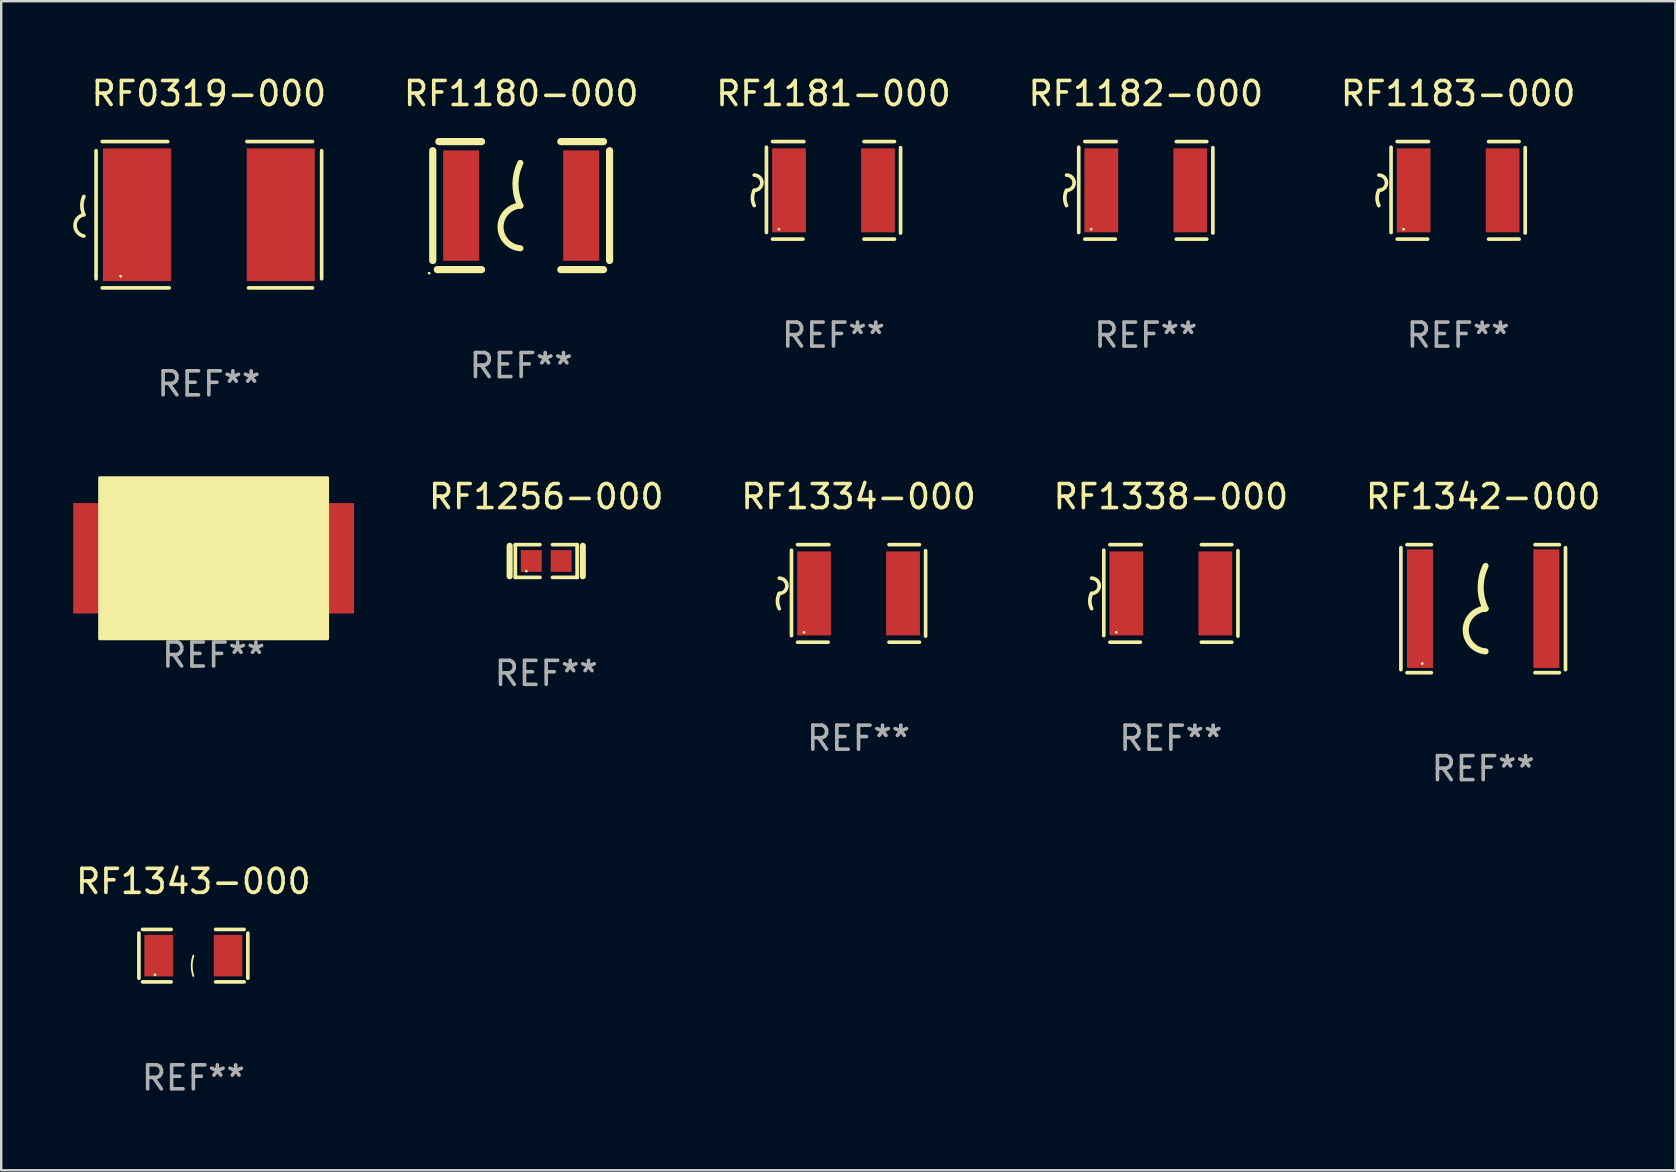
<source format=kicad_pcb>
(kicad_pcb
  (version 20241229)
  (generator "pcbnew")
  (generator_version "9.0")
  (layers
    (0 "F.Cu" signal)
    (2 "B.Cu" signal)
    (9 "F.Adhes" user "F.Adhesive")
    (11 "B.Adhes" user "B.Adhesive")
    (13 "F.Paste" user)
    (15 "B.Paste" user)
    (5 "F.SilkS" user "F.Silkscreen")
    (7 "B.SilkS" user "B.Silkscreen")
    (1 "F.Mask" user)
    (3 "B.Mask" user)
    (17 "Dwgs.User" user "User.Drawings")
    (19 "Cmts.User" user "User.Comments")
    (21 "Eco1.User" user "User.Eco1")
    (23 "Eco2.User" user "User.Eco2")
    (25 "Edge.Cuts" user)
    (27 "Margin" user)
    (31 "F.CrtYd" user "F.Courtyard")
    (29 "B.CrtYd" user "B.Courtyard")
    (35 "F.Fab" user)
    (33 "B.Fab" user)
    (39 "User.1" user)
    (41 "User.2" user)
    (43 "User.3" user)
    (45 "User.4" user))
  (footprint "RF1342-000"
    (layer "F.Cu")
    (at 58.742 22.308)
    (property "Reference" "RF1342-000" (at 0 -4.667 0) (layer "F.SilkS") (effects (font (size 1 1) (thickness 0.15))))
    (attr through_hole)
    (fp_line (start -3.429 2.54) (end -3.429 -2.54) (stroke (width 0.152) (type solid)) (layer "F.SilkS"))
    (fp_line (start -3.175 2.667) (end -2.159 2.667) (stroke (width 0.152) (type solid)) (layer "F.SilkS"))
    (fp_line (start -2.159 -2.667) (end -3.175 -2.667) (stroke (width 0.152) (type solid)) (layer "F.SilkS"))
    (fp_line (start 2.159 2.667) (end 3.175 2.667) (stroke (width 0.152) (type solid)) (layer "F.SilkS"))
    (fp_line (start 3.175 -2.667) (end 2.159 -2.667) (stroke (width 0.152) (type solid)) (layer "F.SilkS"))
    (fp_line (start 3.429 -2.54) (end 3.429 2.54) (stroke (width 0.152) (type solid)) (layer "F.SilkS"))
    (fp_arc (start 0.09873 -0.000001) (mid -0.104416 -0.889002) (end 0.09873 -1.778004) (stroke (width 0.254001) (type solid)) (layer "F.SilkS"))
    (fp_arc (start 0.09873 1.778004) (mid -0.727058 0.889002) (end 0.098731 0) (stroke (width 0.254001) (type solid)) (layer "F.SilkS"))
    (fp_circle (center -2.54 2.288) (end -2.51 2.288) (stroke (width 0.06) (type solid)) (fill no) (layer "F.SilkS"))
    (fp_text user "REF**" (at 0 6.667 0) (layer "F.Fab") (effects (font (size 1 1) (thickness 0.15))))
    (pad "1" smd rect (at -2.632 0) (size 1.084 4.941) (layers "F.Cu" "F.Mask" "F.Paste"))
    (pad "2" smd rect (at 2.632 0) (size 1.084 4.941) (layers "F.Cu" "F.Mask" "F.Paste")))
  (footprint "RF1181-000"
    (layer "F.Cu")
    (at 31.675 4.88)
    (property "Reference" "RF1181-000" (at 0 -4.032 0) (layer "F.SilkS") (effects (font (size 1 1) (thickness 0.15))))
    (attr through_hole)
    (fp_line (start -2.794 -1.798) (end -2.794 1.758) (stroke (width 0.152) (type solid)) (layer "F.SilkS"))
    (fp_line (start -2.54 -2.032) (end -1.235 -2.032) (stroke (width 0.152) (type solid)) (layer "F.SilkS"))
    (fp_line (start -1.27 2.032) (end -2.54 2.032) (stroke (width 0.152) (type solid)) (layer "F.SilkS"))
    (fp_line (start 1.27 2.032) (end 2.54 2.032) (stroke (width 0.152) (type solid)) (layer "F.SilkS"))
    (fp_line (start 2.54 -2.032) (end 1.27 -2.032) (stroke (width 0.152) (type solid)) (layer "F.SilkS"))
    (fp_line (start 2.794 -1.778) (end 2.794 1.778) (stroke (width 0.152) (type solid)) (layer "F.SilkS"))
    (fp_arc (start -3.302007 -0.635002) (mid -2.984506 -0.317501) (end -3.302007 0) (stroke (width 0.151994) (type solid)) (layer "F.SilkS"))
    (fp_arc (start -3.302007 0.635002) (mid -3.376959 0.317501) (end -3.302007 0) (stroke (width 0.151994) (type solid)) (layer "F.SilkS"))
    (fp_circle (center -2.275 1.62) (end -2.245 1.62) (stroke (width 0.06) (type solid)) (fill no) (layer "F.SilkS"))
    (fp_text user "REF**" (at 0 6.032 0) (layer "F.Fab") (effects (font (size 1 1) (thickness 0.15))))
    (pad "1" smd rect (at -1.853 0) (size 1.407 3.499) (layers "F.Cu" "F.Mask" "F.Paste"))
    (pad "2" smd rect (at 1.853 0) (size 1.407 3.499) (layers "F.Cu" "F.Mask" "F.Paste")))
  (footprint "RF1183-000"
    (layer "F.Cu")
    (at 57.698 4.88)
    (property "Reference" "RF1183-000" (at 0 -4.032 0) (layer "F.SilkS") (effects (font (size 1 1) (thickness 0.15))))
    (attr through_hole)
    (fp_line (start -2.794 -1.798) (end -2.794 1.758) (stroke (width 0.152) (type solid)) (layer "F.SilkS"))
    (fp_line (start -2.54 -2.032) (end -1.235 -2.032) (stroke (width 0.152) (type solid)) (layer "F.SilkS"))
    (fp_line (start -1.27 2.032) (end -2.54 2.032) (stroke (width 0.152) (type solid)) (layer "F.SilkS"))
    (fp_line (start 1.27 2.032) (end 2.54 2.032) (stroke (width 0.152) (type solid)) (layer "F.SilkS"))
    (fp_line (start 2.54 -2.032) (end 1.27 -2.032) (stroke (width 0.152) (type solid)) (layer "F.SilkS"))
    (fp_line (start 2.794 -1.778) (end 2.794 1.778) (stroke (width 0.152) (type solid)) (layer "F.SilkS"))
    (fp_arc (start -3.302007 -0.635002) (mid -2.984506 -0.317501) (end -3.302007 0) (stroke (width 0.151994) (type solid)) (layer "F.SilkS"))
    (fp_arc (start -3.302007 0.635002) (mid -3.376959 0.317501) (end -3.302007 0) (stroke (width 0.151994) (type solid)) (layer "F.SilkS"))
    (fp_circle (center -2.275 1.62) (end -2.245 1.62) (stroke (width 0.06) (type solid)) (fill no) (layer "F.SilkS"))
    (fp_text user "REF**" (at 0 6.032 0) (layer "F.Fab") (effects (font (size 1 1) (thickness 0.15))))
    (pad "1" smd rect (at -1.853 0) (size 1.407 3.499) (layers "F.Cu" "F.Mask" "F.Paste"))
    (pad "2" smd rect (at 1.853 0) (size 1.407 3.499) (layers "F.Cu" "F.Mask" "F.Paste")))
  (footprint "RF0319-000"
    (layer "F.Cu")
    (at 5.651 5.896)
    (property "Reference" "RF0319-000" (at 0 -5.048 0) (layer "F.SilkS") (effects (font (size 1 1) (thickness 0.15))))
    (attr through_hole)
    (fp_line (start -4.699 -2.667) (end -4.699 2.667) (stroke (width 0.152) (type solid)) (layer "F.SilkS"))
    (fp_line (start -4.445 -3.048) (end -1.712 -3.048) (stroke (width 0.152) (type solid)) (layer "F.SilkS"))
    (fp_line (start -1.651 3.048) (end -4.445 3.048) (stroke (width 0.152) (type solid)) (layer "F.SilkS"))
    (fp_line (start 1.651 3.048) (end 4.318 3.048) (stroke (width 0.152) (type solid)) (layer "F.SilkS"))
    (fp_line (start 4.318 -3.048) (end 1.585 -3.048) (stroke (width 0.152) (type solid)) (layer "F.SilkS"))
    (fp_line (start 4.699 -2.667) (end 4.699 2.667) (stroke (width 0.152) (type solid)) (layer "F.SilkS"))
    (fp_arc (start -5.20701 0) (mid -5.288646 -0.381001) (end -5.20701 -0.762002) (stroke (width 0.151994) (type solid)) (layer "F.SilkS"))
    (fp_arc (start -5.20701 0.889002) (mid -5.574698 0.444501) (end -5.20701 0) (stroke (width 0.151994) (type solid)) (layer "F.SilkS"))
    (fp_circle (center -3.677 2.56) (end -3.647 2.56) (stroke (width 0.06) (type solid)) (fill no) (layer "F.SilkS"))
    (fp_text user "REF**" (at 0 7.048 0) (layer "F.Fab") (effects (font (size 1 1) (thickness 0.15))))
    (pad "1" smd rect (at -2.995 0) (size 2.835 5.53) (layers "F.Cu" "F.Mask" "F.Paste"))
    (pad "2" smd rect (at 2.995 0) (size 2.835 5.53) (layers "F.Cu" "F.Mask" "F.Paste")))
  (footprint "RF1182-000"
    (layer "F.Cu")
    (at 44.686 4.88)
    (property "Reference" "RF1182-000" (at 0 -4.032 0) (layer "F.SilkS") (effects (font (size 1 1) (thickness 0.15))))
    (attr through_hole)
    (fp_line (start -2.794 -1.798) (end -2.794 1.758) (stroke (width 0.152) (type solid)) (layer "F.SilkS"))
    (fp_line (start -2.54 -2.032) (end -1.235 -2.032) (stroke (width 0.152) (type solid)) (layer "F.SilkS"))
    (fp_line (start -1.27 2.032) (end -2.54 2.032) (stroke (width 0.152) (type solid)) (layer "F.SilkS"))
    (fp_line (start 1.27 2.032) (end 2.54 2.032) (stroke (width 0.152) (type solid)) (layer "F.SilkS"))
    (fp_line (start 2.54 -2.032) (end 1.27 -2.032) (stroke (width 0.152) (type solid)) (layer "F.SilkS"))
    (fp_line (start 2.794 -1.778) (end 2.794 1.778) (stroke (width 0.152) (type solid)) (layer "F.SilkS"))
    (fp_arc (start -3.302007 -0.635002) (mid -2.984506 -0.317501) (end -3.302007 0) (stroke (width 0.151994) (type solid)) (layer "F.SilkS"))
    (fp_arc (start -3.302007 0.635002) (mid -3.376959 0.317501) (end -3.302007 0) (stroke (width 0.151994) (type solid)) (layer "F.SilkS"))
    (fp_circle (center -2.275 1.62) (end -2.245 1.62) (stroke (width 0.06) (type solid)) (fill no) (layer "F.SilkS"))
    (fp_text user "REF**" (at 0 6.032 0) (layer "F.Fab") (effects (font (size 1 1) (thickness 0.15))))
    (pad "1" smd rect (at -1.853 0) (size 1.407 3.499) (layers "F.Cu" "F.Mask" "F.Paste"))
    (pad "2" smd rect (at 1.853 0) (size 1.407 3.499) (layers "F.Cu" "F.Mask" "F.Paste")))
  (footprint "RF1343-000"
    (layer "F.Cu")
    (at 5.006 36.764)
    (property "Reference" "RF1343-000" (at 0 -3.093 0) (layer "F.SilkS") (effects (font (size 1 1) (thickness 0.15))))
    (attr through_hole)
    (fp_line (start -2.269 -0.94) (end -2.269 0.94) (stroke (width 0.152) (type solid)) (layer "F.SilkS"))
    (fp_line (start -2.116 1.093) (end -0.926 1.093) (stroke (width 0.152) (type solid)) (layer "F.SilkS"))
    (fp_line (start -0.926 -1.093) (end -2.116 -1.093) (stroke (width 0.152) (type solid)) (layer "F.SilkS"))
    (fp_line (start 0.926 -1.093) (end 2.116 -1.093) (stroke (width 0.152) (type solid)) (layer "F.SilkS"))
    (fp_line (start 2.116 1.093) (end 0.926 1.093) (stroke (width 0.152) (type solid)) (layer "F.SilkS"))
    (fp_line (start 2.269 -0.94) (end 2.269 0.94) (stroke (width 0.152) (type solid)) (layer "F.SilkS"))
    (fp_arc (start 0 0.844951) (mid -0.068559 0.422475) (end 0 0) (stroke (width 0.0762) (type solid)) (layer "F.SilkS"))
    (fp_circle (center -1.6 0.8) (end -1.57 0.8) (stroke (width 0.06) (type solid)) (fill no) (layer "F.SilkS"))
    (fp_text user "REF**" (at 0 5.093 0) (layer "F.Fab") (effects (font (size 1 1) (thickness 0.15))))
    (pad "1" smd rect (at -1.445 0) (size 1.19 1.728) (layers "F.Cu" "F.Mask" "F.Paste"))
    (pad "2" smd rect (at 1.445 0) (size 1.19 1.728) (layers "F.Cu" "F.Mask" "F.Paste")))
  (footprint "RF1256-000"
    (layer "F.Cu")
    (at 19.706 20.323)
    (property "Reference" "RF1256-000" (at 0 -2.682 0) (layer "F.SilkS") (effects (font (size 1 1) (thickness 0.15))))
    (attr through_hole)
    (fp_line (start -1.524 -0.635) (end -1.524 0.635) (stroke (width 0.254) (type solid)) (layer "F.SilkS"))
    (fp_line (start -1.287 -0.682) (end -0.261 -0.682) (stroke (width 0.152) (type solid)) (layer "F.SilkS"))
    (fp_line (start -1.287 0.682) (end -1.287 -0.682) (stroke (width 0.152) (type solid)) (layer "F.SilkS"))
    (fp_line (start -0.261 0.682) (end -1.287 0.682) (stroke (width 0.152) (type solid)) (layer "F.SilkS"))
    (fp_line (start 0.261 0.682) (end 1.287 0.682) (stroke (width 0.152) (type solid)) (layer "F.SilkS"))
    (fp_line (start 1.287 -0.682) (end 0.261 -0.682) (stroke (width 0.152) (type solid)) (layer "F.SilkS"))
    (fp_line (start 1.287 0.682) (end 1.287 -0.682) (stroke (width 0.152) (type solid)) (layer "F.SilkS"))
    (fp_line (start 1.524 -0.635) (end 1.524 0.635) (stroke (width 0.254) (type solid)) (layer "F.SilkS"))
    (fp_circle (center -0.83 0.42) (end -0.8 0.42) (stroke (width 0.06) (type solid)) (fill no) (layer "F.SilkS"))
    (fp_text user "REF**" (at 0 4.682 0) (layer "F.Fab") (effects (font (size 1 1) (thickness 0.15))))
    (pad "1" smd rect (at -0.622 0) (size 0.873 0.907) (layers "F.Cu" "F.Mask" "F.Paste"))
    (pad "2" smd rect (at 0.622 0) (size 0.873 0.907) (layers "F.Cu" "F.Mask" "F.Paste")))
  (footprint "RF1338-000"
    (layer "F.Cu")
    (at 45.73 21.673)
    (property "Reference" "RF1338-000" (at 0 -4.032 0) (layer "F.SilkS") (effects (font (size 1 1) (thickness 0.15))))
    (attr through_hole)
    (fp_line (start -2.794 -1.798) (end -2.794 1.758) (stroke (width 0.152) (type solid)) (layer "F.SilkS"))
    (fp_line (start -2.54 -2.032) (end -1.235 -2.032) (stroke (width 0.152) (type solid)) (layer "F.SilkS"))
    (fp_line (start -1.27 2.032) (end -2.54 2.032) (stroke (width 0.152) (type solid)) (layer "F.SilkS"))
    (fp_line (start 1.27 2.032) (end 2.54 2.032) (stroke (width 0.152) (type solid)) (layer "F.SilkS"))
    (fp_line (start 2.54 -2.032) (end 1.27 -2.032) (stroke (width 0.152) (type solid)) (layer "F.SilkS"))
    (fp_line (start 2.794 -1.778) (end 2.794 1.778) (stroke (width 0.152) (type solid)) (layer "F.SilkS"))
    (fp_arc (start -3.302007 -0.635002) (mid -2.984506 -0.317501) (end -3.302007 0) (stroke (width 0.151994) (type solid)) (layer "F.SilkS"))
    (fp_arc (start -3.302007 0.635002) (mid -3.376959 0.317501) (end -3.302007 0) (stroke (width 0.151994) (type solid)) (layer "F.SilkS"))
    (fp_circle (center -2.275 1.62) (end -2.245 1.62) (stroke (width 0.06) (type solid)) (fill no) (layer "F.SilkS"))
    (fp_text user "REF**" (at 0 6.032 0) (layer "F.Fab") (effects (font (size 1 1) (thickness 0.15))))
    (pad "1" smd rect (at -1.853 0) (size 1.407 3.499) (layers "F.Cu" "F.Mask" "F.Paste"))
    (pad "2" smd rect (at 1.853 0) (size 1.407 3.499) (layers "F.Cu" "F.Mask" "F.Paste")))
  (footprint "RF1334-000"
    (layer "F.Cu")
    (at 32.718 21.673)
    (property "Reference" "RF1334-000" (at 0 -4.032 0) (layer "F.SilkS") (effects (font (size 1 1) (thickness 0.15))))
    (attr through_hole)
    (fp_line (start -2.794 -1.798) (end -2.794 1.758) (stroke (width 0.152) (type solid)) (layer "F.SilkS"))
    (fp_line (start -2.54 -2.032) (end -1.235 -2.032) (stroke (width 0.152) (type solid)) (layer "F.SilkS"))
    (fp_line (start -1.27 2.032) (end -2.54 2.032) (stroke (width 0.152) (type solid)) (layer "F.SilkS"))
    (fp_line (start 1.27 2.032) (end 2.54 2.032) (stroke (width 0.152) (type solid)) (layer "F.SilkS"))
    (fp_line (start 2.54 -2.032) (end 1.27 -2.032) (stroke (width 0.152) (type solid)) (layer "F.SilkS"))
    (fp_line (start 2.794 -1.778) (end 2.794 1.778) (stroke (width 0.152) (type solid)) (layer "F.SilkS"))
    (fp_arc (start -3.302007 -0.635002) (mid -2.984506 -0.317501) (end -3.302007 0) (stroke (width 0.151994) (type solid)) (layer "F.SilkS"))
    (fp_arc (start -3.302007 0.635002) (mid -3.376959 0.317501) (end -3.302007 0) (stroke (width 0.151994) (type solid)) (layer "F.SilkS"))
    (fp_circle (center -2.275 1.62) (end -2.245 1.62) (stroke (width 0.06) (type solid)) (fill no) (layer "F.SilkS"))
    (fp_text user "REF**" (at 0 6.032 0) (layer "F.Fab") (effects (font (size 1 1) (thickness 0.15))))
    (pad "1" smd rect (at -1.853 0) (size 1.407 3.499) (layers "F.Cu" "F.Mask" "F.Paste"))
    (pad "2" smd rect (at 1.853 0) (size 1.407 3.499) (layers "F.Cu" "F.Mask" "F.Paste")))
  (footprint "RF1180-000"
    (layer "F.Cu")
    (at 18.663 5.515)
    (property "Reference" "RF1180-000" (at 0 -4.667 0) (layer "F.SilkS") (effects (font (size 1 1) (thickness 0.15))))
    (attr through_hole)
    (fp_line (start -3.683 -2.286) (end -3.683 2.286) (stroke (width 0.3) (type solid)) (layer "F.SilkS"))
    (fp_line (start -3.492 2.667) (end -1.651 2.667) (stroke (width 0.3) (type solid)) (layer "F.SilkS"))
    (fp_line (start -1.651 -2.667) (end -3.429 -2.667) (stroke (width 0.3) (type solid)) (layer "F.SilkS"))
    (fp_line (start 1.651 2.667) (end 3.429 2.667) (stroke (width 0.3) (type solid)) (layer "F.SilkS"))
    (fp_line (start 3.429 -2.667) (end 1.651 -2.667) (stroke (width 0.3) (type solid)) (layer "F.SilkS"))
    (fp_line (start 3.683 2.286) (end 3.683 -2.286) (stroke (width 0.3) (type solid)) (layer "F.SilkS"))
    (fp_arc (start -0.033147 -0.000001) (mid -0.236293 -0.889002) (end -0.033147 -1.778004) (stroke (width 0.254001) (type solid)) (layer "F.SilkS"))
    (fp_arc (start -0.033147 1.778004) (mid -0.858935 0.889002) (end -0.033146 0) (stroke (width 0.254001) (type solid)) (layer "F.SilkS"))
    (fp_circle (center -3.833 2.817) (end -3.803 2.817) (stroke (width 0.06) (type solid)) (fill no) (layer "F.SilkS"))
    (fp_text user "REF**" (at 0 6.667 0) (layer "F.Fab") (effects (font (size 1 1) (thickness 0.15))))
    (pad "1" smd rect (at -2.5 0) (size 1.5 4.6) (layers "F.Cu" "F.Mask" "F.Paste"))
    (pad "2" smd rect (at 2.5 0) (size 1.5 4.6) (layers "F.Cu" "F.Mask" "F.Paste")))
  (footprint "RF1238-000"
    (layer "F.Cu")
    (at 5.85 20.225)
    (property "Reference" "RF1238-000" (at 0 -2.016 0) (layer "F.SilkS") (effects (font (size 1 1) (thickness 0.15))))
    (attr through_hole)
    (fp_line (start -2.413 -0.016) (end -1.397 -0.016) (stroke (width 0.254) (type solid)) (layer "F.SilkS"))
    (fp_line (start 2.414 0.016) (end 1.398 0.016) (stroke (width 0.254) (type solid)) (layer "F.SilkS"))
    (fp_arc (start -1.397003 -0.0159) (mid -0.698502 -0.180794) (end -0.000001 -0.015901) (stroke (width 0.254001) (type solid)) (layer "F.SilkS"))
    (fp_arc (start 1.397536 0.0159) (mid 0.699035 0.714401) (end 0.000534 0.0159) (stroke (width 0.254001) (type solid)) (layer "F.SilkS"))
    (fp_circle (center -4.4 3.334) (end -4.37 3.334) (stroke (width 0.06) (type solid)) (fill no) (layer "F.SilkS"))
    (fp_poly (pts (xy -4.75 -3.372) (xy 4.75 -3.372) (xy 4.75 3.338) (xy -4.75 3.338)) (stroke (width 0.12) (type solid)) (fill yes) (layer "F.SilkS"))
    (fp_text user "REF**" (at 0 4.016 0) (layer "F.Fab") (effects (font (size 1 1) (thickness 0.15))))
    (pad "1" smd rect (at -4.7 -0.016 270) (size 4.6 2.3) (layers "F.Cu" "F.Mask" "F.Paste"))
    (pad "2" smd rect (at 4.7 -0.016 270) (size 4.6 2.3) (layers "F.Cu" "F.Mask" "F.Paste")))
  (gr_rect
    (start -3 -3)
    (end 66.748 45.705)
    (stroke (width 0.1) (type default))
    (fill no)
    (layer "Edge.Cuts")))
</source>
